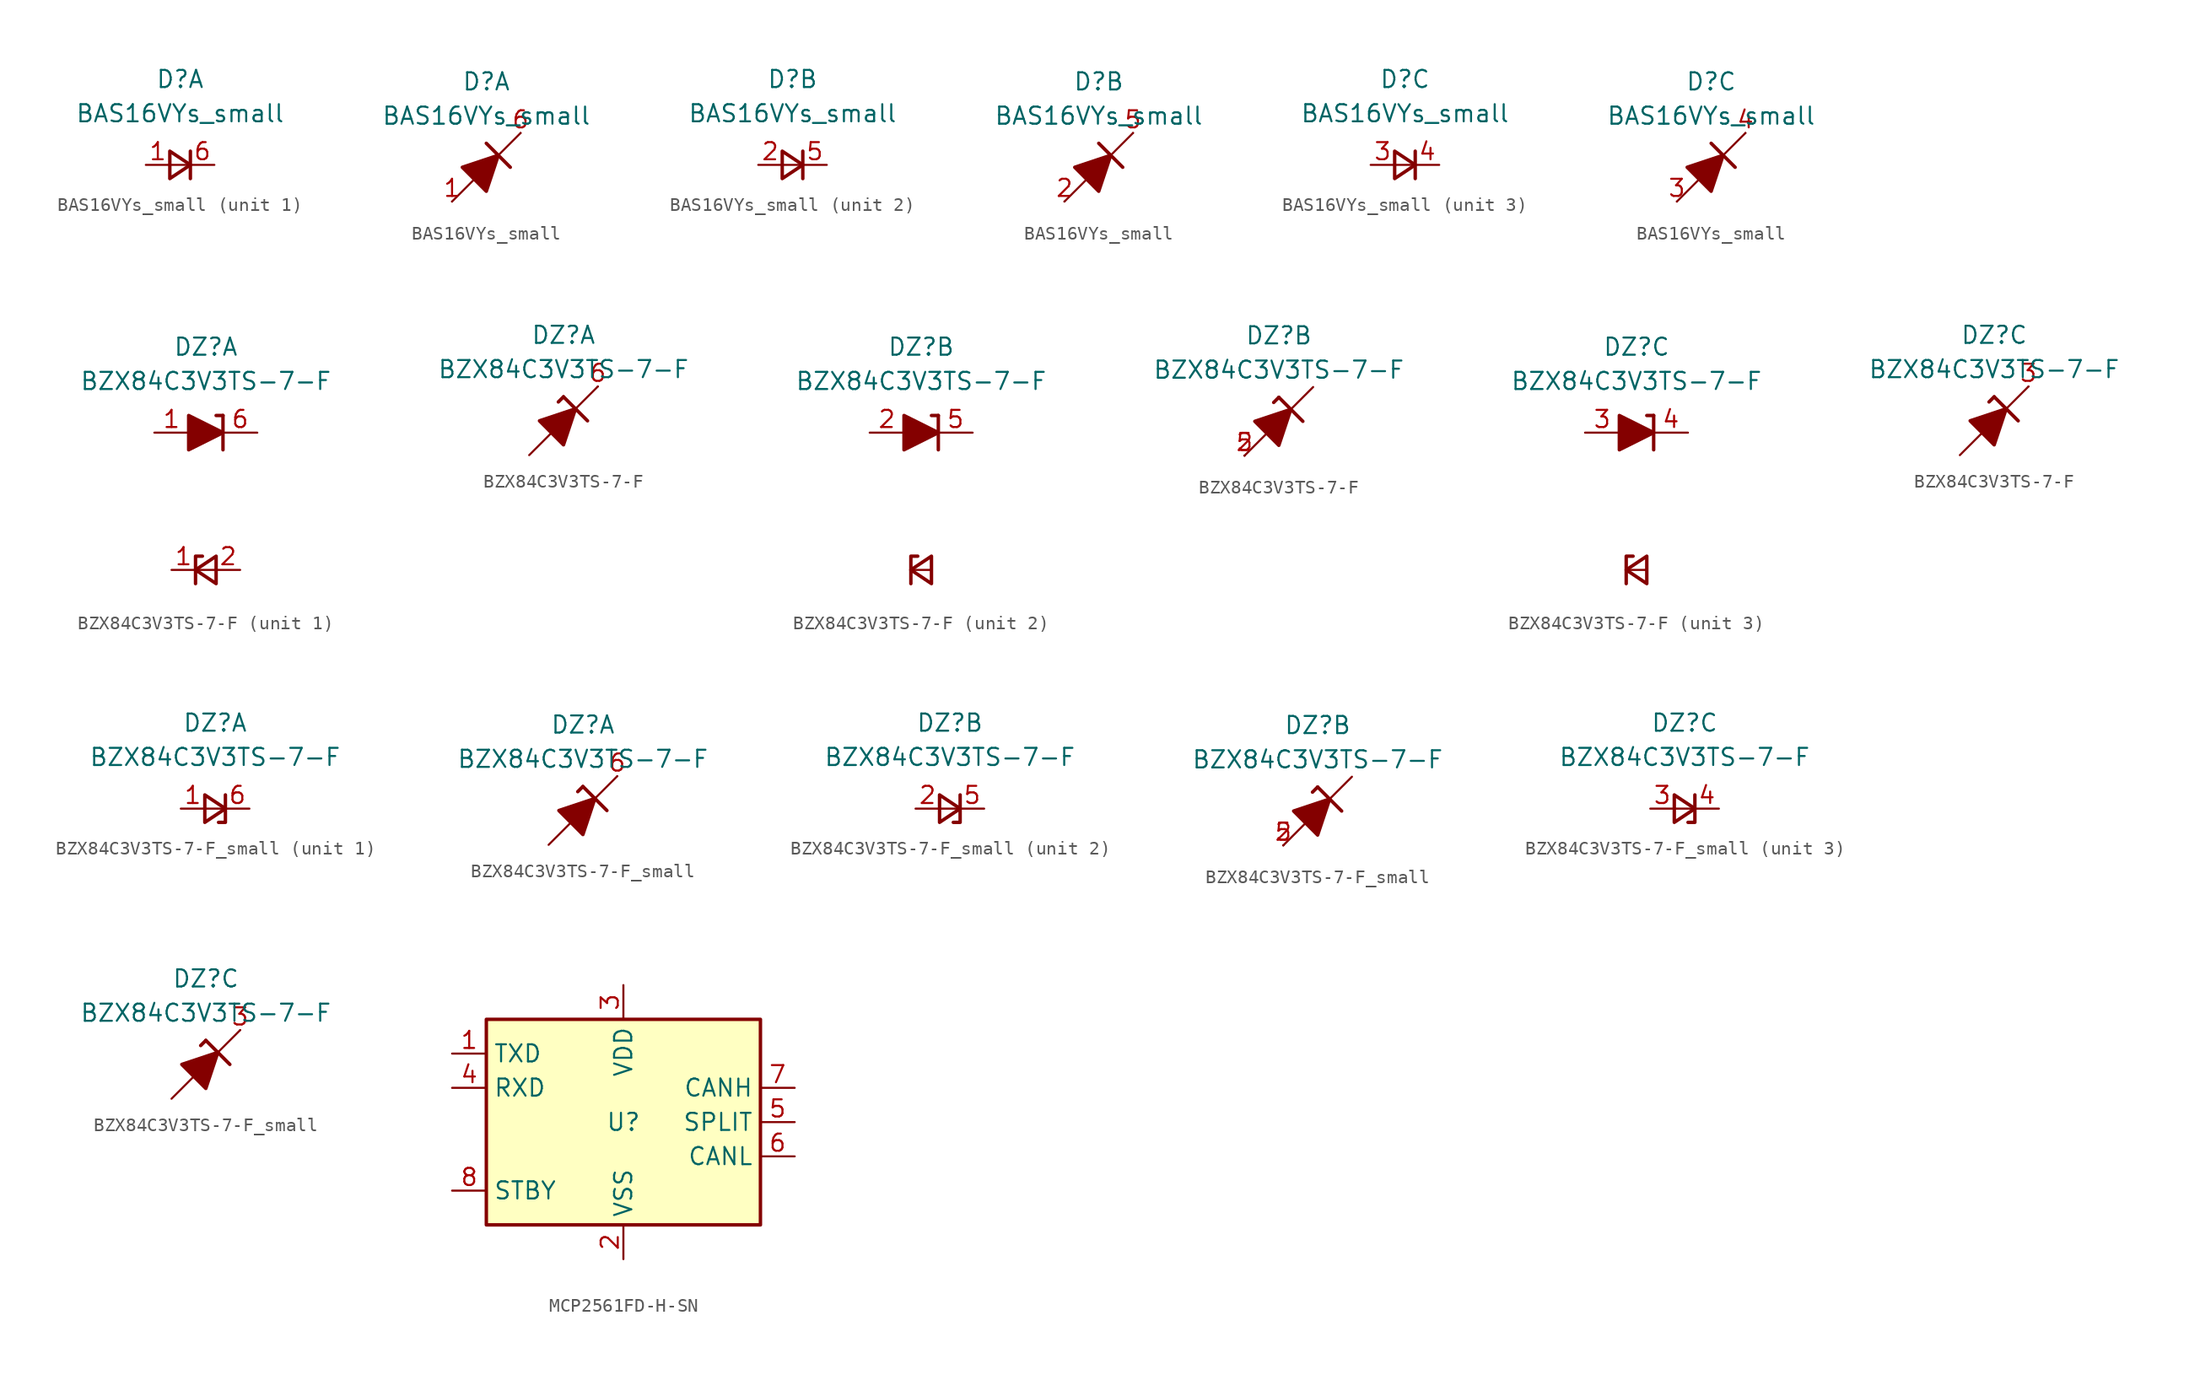
<source format=kicad_sym>
(kicad_symbol_lib
  (version 20231120)
  (generator "kicad_symbol_editor")
  (generator_version "8.0")
  (symbol "BAS16VYs_small"
    (pin_names
      (offset 1.016) hide)
    (property "Reference" "D"
      (at 0 6.35 0)
      (effects (font (size 1.27 1.27))))
    (property "Value" "BAS16VYs_small"
      (at 0 3.81 0)
      (effects (font (size 1.27 1.27))))
    (symbol "BAS16VYs_small_0_1"
      (polyline (pts (xy -0.762 0) (xy 0.762 0)) (stroke (width 0) (type default)) (fill (type none)))
      (polyline (pts (xy 0.762 -1.016) (xy 0.762 1.016)) (stroke (width 0.254) (type default)) (fill (type none)))
      (polyline (pts (xy -0.762 -1.016) (xy 0.762 0) (xy -0.762 1.016) (xy -0.762 -1.016)) (stroke (width 0.254) (type default)) (fill (type none))))
    (symbol "BAS16VYs_small_0_2"
      (polyline (pts (xy -2.54 -2.54) (xy 2.54 2.54)) (stroke (width 0) (type default)) (fill (type none)))
      (polyline (pts (xy 0 1.778) (xy 1.778 0)) (stroke (width 0.254) (type default)) (fill (type none)))
      (polyline (pts (xy -0.889 -0.889) (xy -1.778 0) (xy 0.889 0.889) (xy 0 -1.778) (xy -0.889 -0.889)) (stroke (width 0.254) (type default)) (fill (type outline))))
    (symbol "BAS16VYs_small_1_1"
      (pin passive line (at -2.54 0 0) (length 1.778) (name "A3" (effects (font (size 1.27 1.27)))) (number "1" (effects (font (size 1.27 1.27)))))
      (pin passive line (at 2.54 0 180) (length 1.778) (name "C3" (effects (font (size 1.27 1.27)))) (number "6" (effects (font (size 1.27 1.27))))))
    (symbol "BAS16VYs_small_1_2"
      (pin passive line (at -2.54 -2.54 0) (length 0) (name "A" (effects (font (size 1.27 1.27)))) (number "1" (effects (font (size 1.27 1.27)))))
      (pin passive line (at 2.54 2.54 180) (length 0) (name "K" (effects (font (size 1.27 1.27)))) (number "6" (effects (font (size 1.27 1.27))))))
    (symbol "BAS16VYs_small_2_1"
      (pin passive line (at -2.54 0 0) (length 1.778) (name "A3" (effects (font (size 1.27 1.27)))) (number "2" (effects (font (size 1.27 1.27)))))
      (pin passive line (at 2.54 0 180) (length 1.778) (name "C3" (effects (font (size 1.27 1.27)))) (number "5" (effects (font (size 1.27 1.27))))))
    (symbol "BAS16VYs_small_2_2"
      (pin passive line (at -2.54 -2.54 0) (length 0) (name "A2" (effects (font (size 1.27 1.27)))) (number "2" (effects (font (size 1.27 1.27)))))
      (pin passive line (at 2.54 2.54 180) (length 0) (name "K2" (effects (font (size 1.27 1.27)))) (number "5" (effects (font (size 1.27 1.27))))))
    (symbol "BAS16VYs_small_3_1"
      (pin passive line (at -2.54 0 0) (length 1.778) (name "A3" (effects (font (size 1.27 1.27)))) (number "3" (effects (font (size 1.27 1.27)))))
      (pin passive line (at 2.54 0 180) (length 1.778) (name "C3" (effects (font (size 1.27 1.27)))) (number "4" (effects (font (size 1.27 1.27))))))
    (symbol "BAS16VYs_small_3_2"
      (pin passive line (at -2.54 -2.54 0) (length 0) (name "A2" (effects (font (size 1.27 1.27)))) (number "3" (effects (font (size 1.27 1.27)))))
      (pin passive line (at 2.54 2.54 180) (length 0) (name "K2" (effects (font (size 1.27 1.27)))) (number "4" (effects (font (size 1.27 1.27)))))))
  (symbol "BZX84C3V3TS-7-F"
    (pin_names
      (offset 1.016) hide)
    (property "Reference" "DZ"
      (at 0 6.35 0)
      (effects (font (size 1.27 1.27))))
    (property "Value" "BZX84C3V3TS-7-F"
      (at 0 3.81 0)
      (effects (font (size 1.27 1.27))))
    (property "ki_locked" ""
      (at 0 0 0)
      (effects (font (size 1.27 1.27))))
    (symbol "BZX84C3V3TS-7-F_0_1"
      (polyline (pts (xy 0.762 -10.16) (xy -0.762 -10.16)) (stroke (width 0) (type default)) (fill (type none)))
      (polyline (pts (xy 1.27 1.27) (xy 1.27 -1.27)) (stroke (width 0.254) (type default)) (fill (type none)))
      (polyline (pts (xy -0.254 -9.144) (xy -0.762 -9.144) (xy -0.762 -11.176)) (stroke (width 0.254) (type default)) (fill (type none)))
      (polyline (pts (xy 0.762 -9.144) (xy -0.762 -10.16) (xy 0.762 -11.176) (xy 0.762 -9.144)) (stroke (width 0.254) (type default)) (fill (type none))))
    (symbol "BZX84C3V3TS-7-F_0_2"
      (polyline (pts (xy -2.54 -2.54) (xy 2.54 2.54)) (stroke (width 0) (type default)) (fill (type none)))
      (polyline (pts (xy 0 1.778) (xy -0.381 1.397)) (stroke (width 0.254) (type default)) (fill (type none)))
      (polyline (pts (xy 0 1.778) (xy 1.778 0)) (stroke (width 0.254) (type default)) (fill (type none)))
      (polyline (pts (xy -0.889 -0.889) (xy -1.778 0) (xy 0.889 0.889) (xy 0 -1.778) (xy -0.889 -0.889)) (stroke (width 0.254) (type default)) (fill (type outline))))
    (symbol "BZX84C3V3TS-7-F_1_1"
      (polyline (pts (xy -1.27 0) (xy 1.27 0)) (stroke (width 0) (type default)) (fill (type none)))
      (polyline (pts (xy 1.27 1.27) (xy 0.762 1.27)) (stroke (width 0.254) (type default)) (fill (type none)))
      (polyline (pts (xy -1.27 1.27) (xy -1.27 -1.27) (xy 1.27 0) (xy -1.27 1.27)) (stroke (width 0.254) (type default)) (fill (type outline)))
      (pin passive line (at -3.81 0 0) (length 2.54) (name "A1" (effects (font (size 1.27 1.27)))) (number "1" (effects (font (size 1.27 1.27)))))
      (pin passive line (at -2.54 -10.16 0) (length 1.778) (name "K" (effects (font (size 1.27 1.27)))) (number "1" (effects (font (size 1.27 1.27)))))
      (pin passive line (at 2.54 -10.16 180) (length 1.778) (name "A" (effects (font (size 1.27 1.27)))) (number "2" (effects (font (size 1.27 1.27)))))
      (pin passive line (at 3.81 0 180) (length 2.54) (name "C1" (effects (font (size 1.27 1.27)))) (number "6" (effects (font (size 1.27 1.27))))))
    (symbol "BZX84C3V3TS-7-F_1_2"
      (pin passive line (at 0 0 0) (length 2.54) hide (name "A1" (effects (font (size 1.27 1.27)))) (number "1" (effects (font (size 1.27 1.27)))))
      (pin passive line (at 2.54 2.54 180) (length 0) (name "C1" (effects (font (size 1.27 1.27)))) (number "6" (effects (font (size 1.27 1.27))))))
    (symbol "BZX84C3V3TS-7-F_2_1"
      (polyline (pts (xy -1.27 0) (xy 1.27 0)) (stroke (width 0) (type default)) (fill (type none)))
      (polyline (pts (xy 1.27 1.27) (xy 0.762 1.27)) (stroke (width 0.254) (type default)) (fill (type none)))
      (polyline (pts (xy -1.27 1.27) (xy -1.27 -1.27) (xy 1.27 0) (xy -1.27 1.27)) (stroke (width 0.254) (type default)) (fill (type outline)))
      (pin passive line (at -3.81 0 0) (length 2.54) (name "A2" (effects (font (size 1.27 1.27)))) (number "2" (effects (font (size 1.27 1.27)))))
      (pin passive line (at 3.81 0 180) (length 2.54) (name "C2" (effects (font (size 1.27 1.27)))) (number "5" (effects (font (size 1.27 1.27))))))
    (symbol "BZX84C3V3TS-7-F_2_2"
      (pin passive line (at -2.54 -2.54 0) (length 0) (name "A2" (effects (font (size 1.27 1.27)))) (number "2" (effects (font (size 1.27 1.27)))))
      (pin passive line (at -2.54 -2.54 180) (length 0) (name "C2" (effects (font (size 1.27 1.27)))) (number "5" (effects (font (size 1.27 1.27))))))
    (symbol "BZX84C3V3TS-7-F_3_1"
      (polyline (pts (xy -1.27 0) (xy 1.27 0)) (stroke (width 0) (type default)) (fill (type none)))
      (polyline (pts (xy 1.27 1.27) (xy 0.762 1.27)) (stroke (width 0.254) (type default)) (fill (type none)))
      (polyline (pts (xy -1.27 1.27) (xy -1.27 -1.27) (xy 1.27 0) (xy -1.27 1.27)) (stroke (width 0.254) (type default)) (fill (type outline)))
      (pin passive line (at -3.81 0 0) (length 2.54) (name "A3" (effects (font (size 1.27 1.27)))) (number "3" (effects (font (size 1.27 1.27)))))
      (pin passive line (at 3.81 0 180) (length 2.54) (name "C3" (effects (font (size 1.27 1.27)))) (number "4" (effects (font (size 1.27 1.27))))))
    (symbol "BZX84C3V3TS-7-F_3_2"
      (pin passive line (at 2.54 2.54 0) (length 0) (name "A3" (effects (font (size 1.27 1.27)))) (number "3" (effects (font (size 1.27 1.27)))))
      (pin passive line (at 0 0 180) (length 2.54) hide (name "C3" (effects (font (size 1.27 1.27)))) (number "4" (effects (font (size 1.27 1.27)))))))
  (symbol "BZX84C3V3TS-7-F_small"
    (pin_names
      (offset 1.016) hide)
    (property "Reference" "DZ"
      (at 0 6.35 0)
      (effects (font (size 1.27 1.27))))
    (property "Value" "BZX84C3V3TS-7-F"
      (at 0 3.81 0)
      (effects (font (size 1.27 1.27))))
    (property "ki_locked" ""
      (at 0 0 0)
      (effects (font (size 1.27 1.27))))
    (symbol "BZX84C3V3TS-7-F_small_0_1"
      (polyline (pts (xy -0.762 0) (xy 0.762 0)) (stroke (width 0) (type default)) (fill (type none)))
      (polyline (pts (xy 0.254 -1.016) (xy 0.762 -1.016) (xy 0.762 1.016)) (stroke (width 0.254) (type default)) (fill (type none)))
      (polyline (pts (xy -0.762 -1.016) (xy 0.762 0) (xy -0.762 1.016) (xy -0.762 -1.016)) (stroke (width 0.254) (type default)) (fill (type none))))
    (symbol "BZX84C3V3TS-7-F_small_0_2"
      (polyline (pts (xy -2.54 -2.54) (xy 2.54 2.54)) (stroke (width 0) (type default)) (fill (type none)))
      (polyline (pts (xy 0 1.778) (xy -0.381 1.397)) (stroke (width 0.254) (type default)) (fill (type none)))
      (polyline (pts (xy 0 1.778) (xy 1.778 0)) (stroke (width 0.254) (type default)) (fill (type none)))
      (polyline (pts (xy -0.889 -0.889) (xy -1.778 0) (xy 0.889 0.889) (xy 0 -1.778) (xy -0.889 -0.889)) (stroke (width 0.254) (type default)) (fill (type outline))))
    (symbol "BZX84C3V3TS-7-F_small_1_1"
      (pin passive line (at -2.54 0 0) (length 1.778) (name "A1" (effects (font (size 1.27 1.27)))) (number "1" (effects (font (size 1.27 1.27)))))
      (pin passive line (at 2.54 0 180) (length 1.778) (name "C1" (effects (font (size 1.27 1.27)))) (number "6" (effects (font (size 1.27 1.27))))))
    (symbol "BZX84C3V3TS-7-F_small_1_2"
      (pin passive line (at 0 0 0) (length 2.54) hide (name "A1" (effects (font (size 1.27 1.27)))) (number "1" (effects (font (size 1.27 1.27)))))
      (pin passive line (at 2.54 2.54 180) (length 0) (name "C1" (effects (font (size 1.27 1.27)))) (number "6" (effects (font (size 1.27 1.27))))))
    (symbol "BZX84C3V3TS-7-F_small_2_1"
      (pin passive line (at -2.54 0 0) (length 1.778) (name "A2" (effects (font (size 1.27 1.27)))) (number "2" (effects (font (size 1.27 1.27)))))
      (pin passive line (at 2.54 0 180) (length 1.778) (name "C2" (effects (font (size 1.27 1.27)))) (number "5" (effects (font (size 1.27 1.27))))))
    (symbol "BZX84C3V3TS-7-F_small_2_2"
      (pin passive line (at -2.54 -2.54 0) (length 0) (name "A2" (effects (font (size 1.27 1.27)))) (number "2" (effects (font (size 1.27 1.27)))))
      (pin passive line (at -2.54 -2.54 180) (length 0) (name "C2" (effects (font (size 1.27 1.27)))) (number "5" (effects (font (size 1.27 1.27))))))
    (symbol "BZX84C3V3TS-7-F_small_3_1"
      (pin passive line (at -2.54 0 0) (length 1.778) (name "A3" (effects (font (size 1.27 1.27)))) (number "3" (effects (font (size 1.27 1.27)))))
      (pin passive line (at 2.54 0 180) (length 1.778) (name "C3" (effects (font (size 1.27 1.27)))) (number "4" (effects (font (size 1.27 1.27))))))
    (symbol "BZX84C3V3TS-7-F_small_3_2"
      (pin passive line (at 2.54 2.54 0) (length 0) (name "A3" (effects (font (size 1.27 1.27)))) (number "3" (effects (font (size 1.27 1.27)))))
      (pin passive line (at 0 0 180) (length 2.54) hide (name "C3" (effects (font (size 1.27 1.27)))) (number "4" (effects (font (size 1.27 1.27)))))))
  (symbol "MCP2561FD-H-SN"
    (property "Reference" "U"
      (at 0 0 0)
      (effects (font (size 1.27 1.27))))
    (property "Value" ""
      (at 0 0 0)
      (effects (font (size 1.27 1.27))))
    (symbol "MCP2561FD-H-SN_0_1"
      (rectangle (start -10.16 7.62) (end 10.16 -7.62) (stroke (width 0.254) (type default)) (fill (type background))))
    (symbol "MCP2561FD-H-SN_1_1"
      (pin input line (at -12.7 5.08 0) (length 2.54) (name "TXD" (effects (font (size 1.27 1.27)))) (number "1" (effects (font (size 1.27 1.27)))))
      (pin power_in line (at 0 -10.16 90) (length 2.54) (name "VSS" (effects (font (size 1.27 1.27)))) (number "2" (effects (font (size 1.27 1.27)))))
      (pin power_in line (at 0 10.16 270) (length 2.54) (name "VDD" (effects (font (size 1.27 1.27)))) (number "3" (effects (font (size 1.27 1.27)))))
      (pin output line (at -12.7 2.54 0) (length 2.54) (name "RXD" (effects (font (size 1.27 1.27)))) (number "4" (effects (font (size 1.27 1.27)))))
      (pin passive line (at 12.7 0 180) (length 2.54) (name "SPLIT" (effects (font (size 1.27 1.27)))) (number "5" (effects (font (size 1.27 1.27)))))
      (pin bidirectional line (at 12.7 -2.54 180) (length 2.54) (name "CANL" (effects (font (size 1.27 1.27)))) (number "6" (effects (font (size 1.27 1.27)))))
      (pin bidirectional line (at 12.7 2.54 180) (length 2.54) (name "CANH" (effects (font (size 1.27 1.27)))) (number "7" (effects (font (size 1.27 1.27)))))
      (pin input line (at -12.7 -5.08 0) (length 2.54) (name "STBY" (effects (font (size 1.27 1.27)))) (number "8" (effects (font (size 1.27 1.27))))))))
</source>
